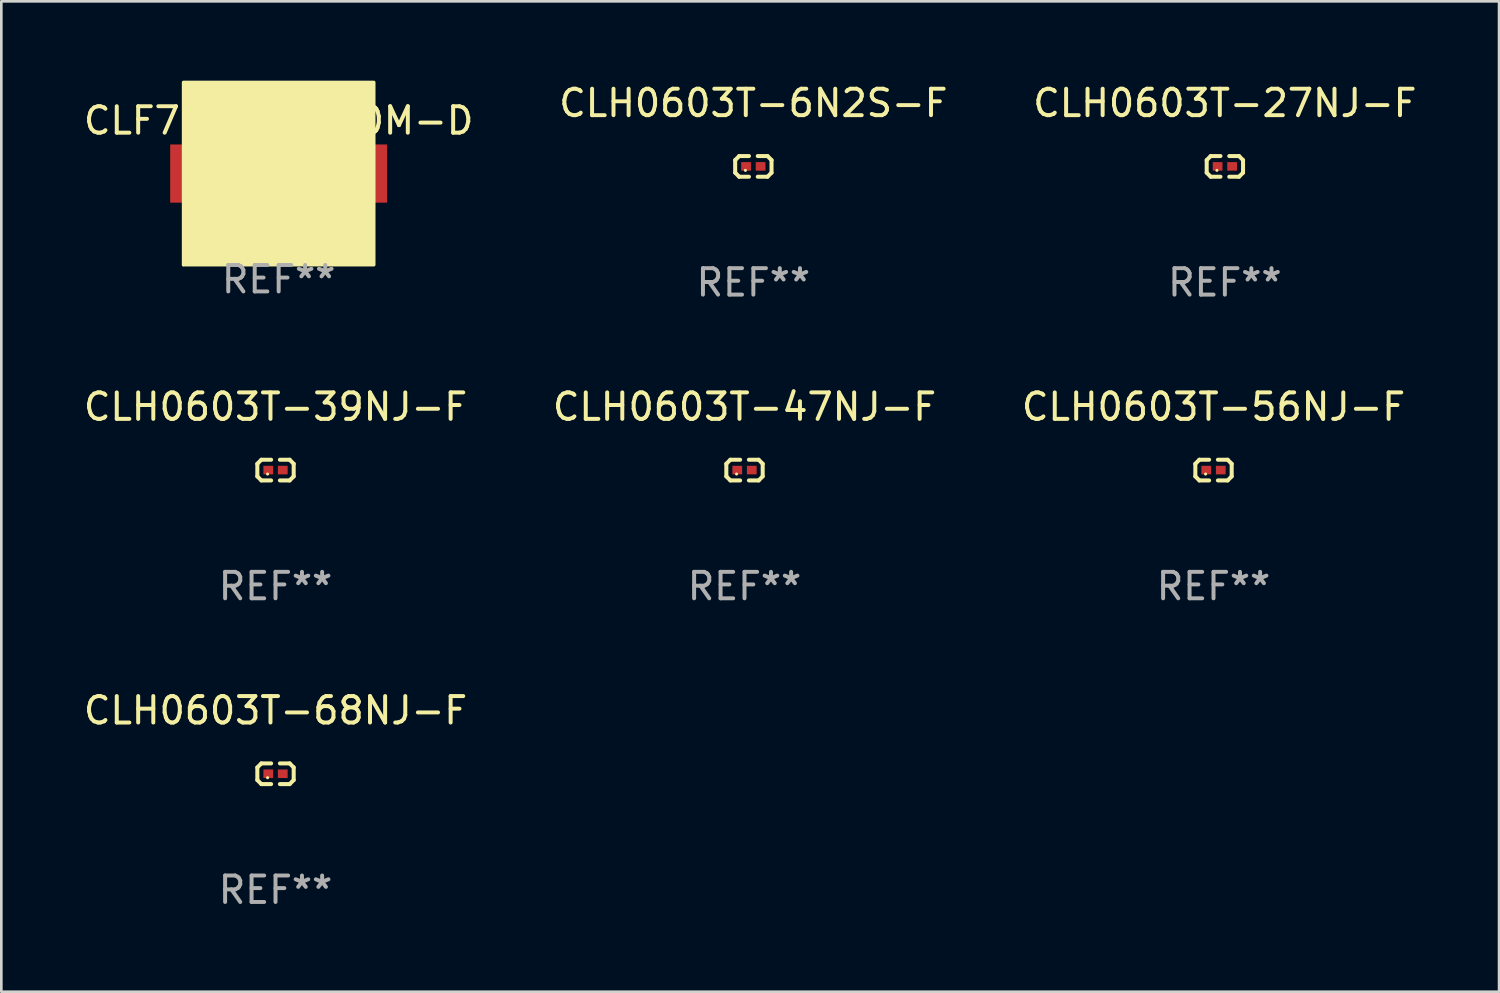
<source format=kicad_pcb>
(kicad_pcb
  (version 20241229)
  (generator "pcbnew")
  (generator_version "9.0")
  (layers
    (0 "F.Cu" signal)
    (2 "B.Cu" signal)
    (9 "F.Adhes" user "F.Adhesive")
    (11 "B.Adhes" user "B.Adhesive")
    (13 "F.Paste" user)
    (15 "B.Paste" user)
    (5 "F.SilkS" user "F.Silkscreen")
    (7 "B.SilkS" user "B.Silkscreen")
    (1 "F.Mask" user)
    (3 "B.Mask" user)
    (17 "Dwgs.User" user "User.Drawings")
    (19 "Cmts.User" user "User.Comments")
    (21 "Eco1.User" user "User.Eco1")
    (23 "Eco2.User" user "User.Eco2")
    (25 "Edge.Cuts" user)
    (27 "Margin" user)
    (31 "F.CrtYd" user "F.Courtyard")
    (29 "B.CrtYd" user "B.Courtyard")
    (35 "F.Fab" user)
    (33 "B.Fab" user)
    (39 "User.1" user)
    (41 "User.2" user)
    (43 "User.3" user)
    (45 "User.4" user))
  (footprint "CLH0603T-47NJ-F"
    (layer "F.Cu")
    (at 25.089 14.717)
    (property "Reference" "CLH0603T-47NJ-F" (at 0 -2.391 0) (layer "F.SilkS") (effects (font (size 1 1) (thickness 0.15))))
    (attr through_hole)
    (fp_line (start -0.687 -0.238) (end -0.535 -0.391) (stroke (width 0.152) (type solid)) (layer "F.SilkS"))
    (fp_line (start -0.687 0.238) (end -0.687 -0.238) (stroke (width 0.152) (type solid)) (layer "F.SilkS"))
    (fp_line (start -0.535 -0.391) (end -0.166 -0.391) (stroke (width 0.152) (type solid)) (layer "F.SilkS"))
    (fp_line (start -0.535 0.391) (end -0.687 0.238) (stroke (width 0.152) (type solid)) (layer "F.SilkS"))
    (fp_line (start -0.166 0.391) (end -0.535 0.391) (stroke (width 0.152) (type solid)) (layer "F.SilkS"))
    (fp_line (start 0.166 0.391) (end 0.535 0.391) (stroke (width 0.152) (type solid)) (layer "F.SilkS"))
    (fp_line (start 0.535 -0.391) (end 0.166 -0.391) (stroke (width 0.152) (type solid)) (layer "F.SilkS"))
    (fp_line (start 0.535 0.391) (end 0.687 0.238) (stroke (width 0.152) (type solid)) (layer "F.SilkS"))
    (fp_line (start 0.687 -0.238) (end 0.535 -0.391) (stroke (width 0.152) (type solid)) (layer "F.SilkS"))
    (fp_line (start 0.687 0.238) (end 0.687 -0.238) (stroke (width 0.152) (type solid)) (layer "F.SilkS"))
    (fp_circle (center -0.3 0.15) (end -0.27 0.15) (stroke (width 0.06) (type solid)) (fill no) (layer "F.SilkS"))
    (fp_text user "REF**" (at 0 4.391 0) (layer "F.Fab") (effects (font (size 1 1) (thickness 0.15))))
    (pad "1" smd rect (at -0.274 0) (size 0.368 0.324) (layers "F.Cu" "F.Mask" "F.Paste"))
    (pad "2" smd rect (at 0.274 0) (size 0.368 0.324) (layers "F.Cu" "F.Mask" "F.Paste")))
  (footprint "CLH0603T-6N2S-F"
    (layer "F.Cu")
    (at 25.423 3.239)
    (property "Reference" "CLH0603T-6N2S-F" (at 0 -2.391 0) (layer "F.SilkS") (effects (font (size 1 1) (thickness 0.15))))
    (attr through_hole)
    (fp_line (start -0.687 -0.238) (end -0.535 -0.391) (stroke (width 0.152) (type solid)) (layer "F.SilkS"))
    (fp_line (start -0.687 0.238) (end -0.687 -0.238) (stroke (width 0.152) (type solid)) (layer "F.SilkS"))
    (fp_line (start -0.535 -0.391) (end -0.166 -0.391) (stroke (width 0.152) (type solid)) (layer "F.SilkS"))
    (fp_line (start -0.535 0.391) (end -0.687 0.238) (stroke (width 0.152) (type solid)) (layer "F.SilkS"))
    (fp_line (start -0.166 0.391) (end -0.535 0.391) (stroke (width 0.152) (type solid)) (layer "F.SilkS"))
    (fp_line (start 0.166 0.391) (end 0.535 0.391) (stroke (width 0.152) (type solid)) (layer "F.SilkS"))
    (fp_line (start 0.535 -0.391) (end 0.166 -0.391) (stroke (width 0.152) (type solid)) (layer "F.SilkS"))
    (fp_line (start 0.535 0.391) (end 0.687 0.238) (stroke (width 0.152) (type solid)) (layer "F.SilkS"))
    (fp_line (start 0.687 -0.238) (end 0.535 -0.391) (stroke (width 0.152) (type solid)) (layer "F.SilkS"))
    (fp_line (start 0.687 0.238) (end 0.687 -0.238) (stroke (width 0.152) (type solid)) (layer "F.SilkS"))
    (fp_circle (center -0.3 0.15) (end -0.27 0.15) (stroke (width 0.06) (type solid)) (fill no) (layer "F.SilkS"))
    (fp_text user "REF**" (at 0 4.391 0) (layer "F.Fab") (effects (font (size 1 1) (thickness 0.15))))
    (pad "1" smd rect (at -0.274 0) (size 0.368 0.324) (layers "F.Cu" "F.Mask" "F.Paste"))
    (pad "2" smd rect (at 0.274 0) (size 0.368 0.324) (layers "F.Cu" "F.Mask" "F.Paste")))
  (footprint "CLH0603T-39NJ-F"
    (layer "F.Cu")
    (at 7.363 14.717)
    (property "Reference" "CLH0603T-39NJ-F" (at 0 -2.391 0) (layer "F.SilkS") (effects (font (size 1 1) (thickness 0.15))))
    (attr through_hole)
    (fp_line (start -0.687 -0.238) (end -0.535 -0.391) (stroke (width 0.152) (type solid)) (layer "F.SilkS"))
    (fp_line (start -0.687 0.238) (end -0.687 -0.238) (stroke (width 0.152) (type solid)) (layer "F.SilkS"))
    (fp_line (start -0.535 -0.391) (end -0.166 -0.391) (stroke (width 0.152) (type solid)) (layer "F.SilkS"))
    (fp_line (start -0.535 0.391) (end -0.687 0.238) (stroke (width 0.152) (type solid)) (layer "F.SilkS"))
    (fp_line (start -0.166 0.391) (end -0.535 0.391) (stroke (width 0.152) (type solid)) (layer "F.SilkS"))
    (fp_line (start 0.166 0.391) (end 0.535 0.391) (stroke (width 0.152) (type solid)) (layer "F.SilkS"))
    (fp_line (start 0.535 -0.391) (end 0.166 -0.391) (stroke (width 0.152) (type solid)) (layer "F.SilkS"))
    (fp_line (start 0.535 0.391) (end 0.687 0.238) (stroke (width 0.152) (type solid)) (layer "F.SilkS"))
    (fp_line (start 0.687 -0.238) (end 0.535 -0.391) (stroke (width 0.152) (type solid)) (layer "F.SilkS"))
    (fp_line (start 0.687 0.238) (end 0.687 -0.238) (stroke (width 0.152) (type solid)) (layer "F.SilkS"))
    (fp_circle (center -0.3 0.15) (end -0.27 0.15) (stroke (width 0.06) (type solid)) (fill no) (layer "F.SilkS"))
    (fp_text user "REF**" (at 0 4.391 0) (layer "F.Fab") (effects (font (size 1 1) (thickness 0.15))))
    (pad "1" smd rect (at -0.274 0) (size 0.368 0.324) (layers "F.Cu" "F.Mask" "F.Paste"))
    (pad "2" smd rect (at 0.274 0) (size 0.368 0.324) (layers "F.Cu" "F.Mask" "F.Paste")))
  (footprint "CLH0603T-27NJ-F"
    (layer "F.Cu")
    (at 43.244 3.239)
    (property "Reference" "CLH0603T-27NJ-F" (at 0 -2.391 0) (layer "F.SilkS") (effects (font (size 1 1) (thickness 0.15))))
    (attr through_hole)
    (fp_line (start -0.687 -0.238) (end -0.535 -0.391) (stroke (width 0.152) (type solid)) (layer "F.SilkS"))
    (fp_line (start -0.687 0.238) (end -0.687 -0.238) (stroke (width 0.152) (type solid)) (layer "F.SilkS"))
    (fp_line (start -0.535 -0.391) (end -0.166 -0.391) (stroke (width 0.152) (type solid)) (layer "F.SilkS"))
    (fp_line (start -0.535 0.391) (end -0.687 0.238) (stroke (width 0.152) (type solid)) (layer "F.SilkS"))
    (fp_line (start -0.166 0.391) (end -0.535 0.391) (stroke (width 0.152) (type solid)) (layer "F.SilkS"))
    (fp_line (start 0.166 0.391) (end 0.535 0.391) (stroke (width 0.152) (type solid)) (layer "F.SilkS"))
    (fp_line (start 0.535 -0.391) (end 0.166 -0.391) (stroke (width 0.152) (type solid)) (layer "F.SilkS"))
    (fp_line (start 0.535 0.391) (end 0.687 0.238) (stroke (width 0.152) (type solid)) (layer "F.SilkS"))
    (fp_line (start 0.687 -0.238) (end 0.535 -0.391) (stroke (width 0.152) (type solid)) (layer "F.SilkS"))
    (fp_line (start 0.687 0.238) (end 0.687 -0.238) (stroke (width 0.152) (type solid)) (layer "F.SilkS"))
    (fp_circle (center -0.3 0.15) (end -0.27 0.15) (stroke (width 0.06) (type solid)) (fill no) (layer "F.SilkS"))
    (fp_text user "REF**" (at 0 4.391 0) (layer "F.Fab") (effects (font (size 1 1) (thickness 0.15))))
    (pad "1" smd rect (at -0.274 0) (size 0.368 0.324) (layers "F.Cu" "F.Mask" "F.Paste"))
    (pad "2" smd rect (at 0.274 0) (size 0.368 0.324) (layers "F.Cu" "F.Mask" "F.Paste")))
  (footprint "CLH0603T-68NJ-F"
    (layer "F.Cu")
    (at 7.363 26.194)
    (property "Reference" "CLH0603T-68NJ-F" (at 0 -2.391 0) (layer "F.SilkS") (effects (font (size 1 1) (thickness 0.15))))
    (attr through_hole)
    (fp_line (start -0.687 -0.238) (end -0.535 -0.391) (stroke (width 0.152) (type solid)) (layer "F.SilkS"))
    (fp_line (start -0.687 0.238) (end -0.687 -0.238) (stroke (width 0.152) (type solid)) (layer "F.SilkS"))
    (fp_line (start -0.535 -0.391) (end -0.166 -0.391) (stroke (width 0.152) (type solid)) (layer "F.SilkS"))
    (fp_line (start -0.535 0.391) (end -0.687 0.238) (stroke (width 0.152) (type solid)) (layer "F.SilkS"))
    (fp_line (start -0.166 0.391) (end -0.535 0.391) (stroke (width 0.152) (type solid)) (layer "F.SilkS"))
    (fp_line (start 0.166 0.391) (end 0.535 0.391) (stroke (width 0.152) (type solid)) (layer "F.SilkS"))
    (fp_line (start 0.535 -0.391) (end 0.166 -0.391) (stroke (width 0.152) (type solid)) (layer "F.SilkS"))
    (fp_line (start 0.535 0.391) (end 0.687 0.238) (stroke (width 0.152) (type solid)) (layer "F.SilkS"))
    (fp_line (start 0.687 -0.238) (end 0.535 -0.391) (stroke (width 0.152) (type solid)) (layer "F.SilkS"))
    (fp_line (start 0.687 0.238) (end 0.687 -0.238) (stroke (width 0.152) (type solid)) (layer "F.SilkS"))
    (fp_circle (center -0.3 0.15) (end -0.27 0.15) (stroke (width 0.06) (type solid)) (fill no) (layer "F.SilkS"))
    (fp_text user "REF**" (at 0 4.391 0) (layer "F.Fab") (effects (font (size 1 1) (thickness 0.15))))
    (pad "1" smd rect (at -0.274 0) (size 0.368 0.324) (layers "F.Cu" "F.Mask" "F.Paste"))
    (pad "2" smd rect (at 0.274 0) (size 0.368 0.324) (layers "F.Cu" "F.Mask" "F.Paste")))
  (footprint "CLH0603T-56NJ-F"
    (layer "F.Cu")
    (at 42.815 14.717)
    (property "Reference" "CLH0603T-56NJ-F" (at 0 -2.391 0) (layer "F.SilkS") (effects (font (size 1 1) (thickness 0.15))))
    (attr through_hole)
    (fp_line (start -0.687 -0.238) (end -0.535 -0.391) (stroke (width 0.152) (type solid)) (layer "F.SilkS"))
    (fp_line (start -0.687 0.238) (end -0.687 -0.238) (stroke (width 0.152) (type solid)) (layer "F.SilkS"))
    (fp_line (start -0.535 -0.391) (end -0.166 -0.391) (stroke (width 0.152) (type solid)) (layer "F.SilkS"))
    (fp_line (start -0.535 0.391) (end -0.687 0.238) (stroke (width 0.152) (type solid)) (layer "F.SilkS"))
    (fp_line (start -0.166 0.391) (end -0.535 0.391) (stroke (width 0.152) (type solid)) (layer "F.SilkS"))
    (fp_line (start 0.166 0.391) (end 0.535 0.391) (stroke (width 0.152) (type solid)) (layer "F.SilkS"))
    (fp_line (start 0.535 -0.391) (end 0.166 -0.391) (stroke (width 0.152) (type solid)) (layer "F.SilkS"))
    (fp_line (start 0.535 0.391) (end 0.687 0.238) (stroke (width 0.152) (type solid)) (layer "F.SilkS"))
    (fp_line (start 0.687 -0.238) (end 0.535 -0.391) (stroke (width 0.152) (type solid)) (layer "F.SilkS"))
    (fp_line (start 0.687 0.238) (end 0.687 -0.238) (stroke (width 0.152) (type solid)) (layer "F.SilkS"))
    (fp_circle (center -0.3 0.15) (end -0.27 0.15) (stroke (width 0.06) (type solid)) (fill no) (layer "F.SilkS"))
    (fp_text user "REF**" (at 0 4.391 0) (layer "F.Fab") (effects (font (size 1 1) (thickness 0.15))))
    (pad "1" smd rect (at -0.274 0) (size 0.368 0.324) (layers "F.Cu" "F.Mask" "F.Paste"))
    (pad "2" smd rect (at 0.274 0) (size 0.368 0.324) (layers "F.Cu" "F.Mask" "F.Paste")))
  (footprint "CLF7045T-470M-D"
    (layer "F.Cu")
    (at 7.482 3.51)
    (property "Reference" "CLF7045T-470M-D" (at 0 -2 0) (layer "F.SilkS") (effects (font (size 1 1) (thickness 0.15))))
    (attr through_hole)
    (fp_circle (center -3.6 3.45) (end -3.57 3.45) (stroke (width 0.06) (type solid)) (fill no) (layer "F.SilkS"))
    (fp_poly (pts (xy -3.6 -3.45) (xy 3.6 -3.45) (xy 3.6 3.45) (xy -3.6 3.45)) (stroke (width 0.12) (type solid)) (fill yes) (layer "F.SilkS"))
    (fp_text user "REF**" (at 0 4 0) (layer "F.Fab") (effects (font (size 1 1) (thickness 0.15))))
    (pad "1" smd rect (at -3 0) (size 2.2 2.2) (layers "F.Cu" "F.Mask" "F.Paste"))
    (pad "2" smd rect (at 3 0) (size 2.2 2.2) (layers "F.Cu" "F.Mask" "F.Paste")))
  (gr_rect
    (start -3 -3)
    (end 53.607 34.433)
    (stroke (width 0.1) (type default))
    (fill no)
    (layer "Edge.Cuts")))
</source>
